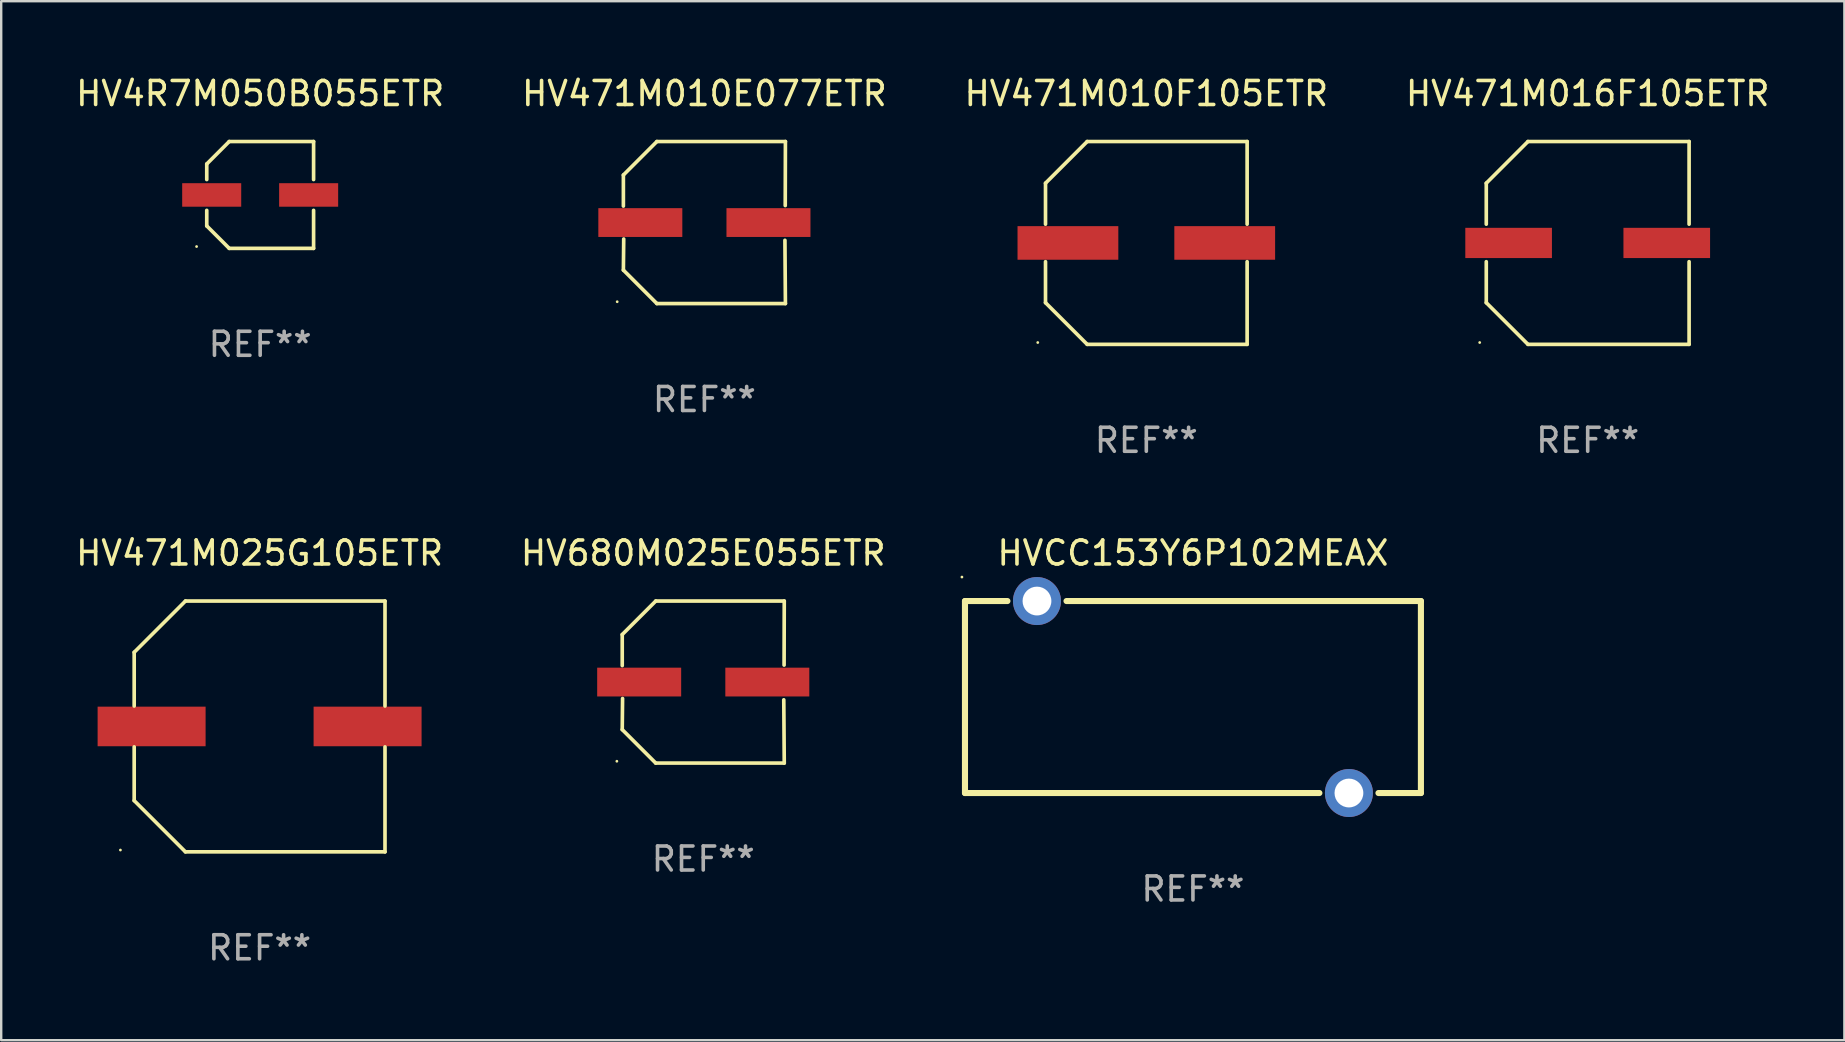
<source format=kicad_pcb>
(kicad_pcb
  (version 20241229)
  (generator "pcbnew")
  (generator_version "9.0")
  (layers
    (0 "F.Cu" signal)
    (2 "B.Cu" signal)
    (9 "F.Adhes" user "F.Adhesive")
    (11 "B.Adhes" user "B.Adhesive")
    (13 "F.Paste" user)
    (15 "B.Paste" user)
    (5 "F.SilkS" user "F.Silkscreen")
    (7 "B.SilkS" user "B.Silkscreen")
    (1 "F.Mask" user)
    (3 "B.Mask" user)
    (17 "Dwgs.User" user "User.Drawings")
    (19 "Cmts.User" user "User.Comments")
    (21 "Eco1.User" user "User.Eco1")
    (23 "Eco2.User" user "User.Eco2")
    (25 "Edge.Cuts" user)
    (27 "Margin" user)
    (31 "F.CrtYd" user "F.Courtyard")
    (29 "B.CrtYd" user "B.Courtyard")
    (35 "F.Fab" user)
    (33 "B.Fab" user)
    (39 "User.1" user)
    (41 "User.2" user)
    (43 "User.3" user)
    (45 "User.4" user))
  (footprint "HV471M025G105ETR"
    (layer "F.Cu")
    (at 7.768 27.223)
    (property "Reference" "HV471M025G105ETR" (at 0 -7.226 0) (layer "F.SilkS") (effects (font (size 1 1) (thickness 0.15))))
    (attr through_hole)
    (fp_line (start -5.226 -3.09) (end -5.226 -0.852) (stroke (width 0.152) (type solid)) (layer "F.SilkS"))
    (fp_line (start -5.226 3.09) (end -5.226 0.852) (stroke (width 0.152) (type solid)) (layer "F.SilkS"))
    (fp_line (start -3.09 -5.226) (end -5.226 -3.09) (stroke (width 0.152) (type solid)) (layer "F.SilkS"))
    (fp_line (start -3.09 5.226) (end -5.226 3.09) (stroke (width 0.152) (type solid)) (layer "F.SilkS"))
    (fp_line (start 5.226 -5.226) (end -3.09 -5.226) (stroke (width 0.152) (type solid)) (layer "F.SilkS"))
    (fp_line (start 5.226 -0.852) (end 5.226 -5.226) (stroke (width 0.152) (type solid)) (layer "F.SilkS"))
    (fp_line (start 5.226 0.852) (end 5.226 5.226) (stroke (width 0.152) (type solid)) (layer "F.SilkS"))
    (fp_line (start 5.226 5.226) (end -3.09 5.226) (stroke (width 0.152) (type solid)) (layer "F.SilkS"))
    (fp_circle (center -5.8 5.15) (end -5.77 5.15) (stroke (width 0.06) (type solid)) (fill no) (layer "F.SilkS"))
    (fp_text user "REF**" (at 0 9.226 0) (layer "F.Fab") (effects (font (size 1 1) (thickness 0.15))))
    (pad "1" smd rect (at -4.5 0) (size 4.5 1.65) (layers "F.Cu" "F.Mask" "F.Paste"))
    (pad "2" smd rect (at 4.5 0) (size 4.5 1.65) (layers "F.Cu" "F.Mask" "F.Paste")))
  (footprint "HV471M010F105ETR"
    (layer "F.Cu")
    (at 44.72 7.074)
    (property "Reference" "HV471M010F105ETR" (at 0 -6.226 0) (layer "F.SilkS") (effects (font (size 1 1) (thickness 0.15))))
    (attr through_hole)
    (fp_line (start -4.201 -2.49) (end -4.201 -0.782) (stroke (width 0.152) (type solid)) (layer "F.SilkS"))
    (fp_line (start -4.201 2.49) (end -4.201 0.782) (stroke (width 0.152) (type solid)) (layer "F.SilkS"))
    (fp_line (start -2.465 -4.226) (end -4.201 -2.49) (stroke (width 0.152) (type solid)) (layer "F.SilkS"))
    (fp_line (start -2.465 4.226) (end -4.201 2.49) (stroke (width 0.152) (type solid)) (layer "F.SilkS"))
    (fp_line (start 4.201 -4.226) (end -2.465 -4.226) (stroke (width 0.152) (type solid)) (layer "F.SilkS"))
    (fp_line (start 4.201 -0.782) (end 4.201 -4.226) (stroke (width 0.152) (type solid)) (layer "F.SilkS"))
    (fp_line (start 4.201 0.782) (end 4.201 4.226) (stroke (width 0.152) (type solid)) (layer "F.SilkS"))
    (fp_line (start 4.201 4.226) (end -2.465 4.226) (stroke (width 0.152) (type solid)) (layer "F.SilkS"))
    (fp_circle (center -4.524 4.15) (end -4.494 4.15) (stroke (width 0.06) (type solid)) (fill no) (layer "F.SilkS"))
    (fp_text user "REF**" (at 0 8.226 0) (layer "F.Fab") (effects (font (size 1 1) (thickness 0.15))))
    (pad "1" smd rect (at -3.267 0) (size 4.2 1.4) (layers "F.Cu" "F.Mask" "F.Paste"))
    (pad "2" smd rect (at 3.267 0) (size 4.2 1.4) (layers "F.Cu" "F.Mask" "F.Paste")))
  (footprint "HVCC153Y6P102MEAX"
    (layer "F.Cu")
    (at 46.663 25.997)
    (property "Reference" "HVCC153Y6P102MEAX" (at 0 -6 0) (layer "F.SilkS") (effects (font (size 1 1) (thickness 0.15))))
    (attr through_hole)
    (fp_line (start -9.5 -4) (end -7.731 -4) (stroke (width 0.254) (type solid)) (layer "F.SilkS"))
    (fp_line (start -9.5 4) (end -9.5 -4) (stroke (width 0.254) (type solid)) (layer "F.SilkS"))
    (fp_line (start -5.269 -4) (end 9.5 -4) (stroke (width 0.254) (type solid)) (layer "F.SilkS"))
    (fp_line (start 5.269 4) (end -9.5 4) (stroke (width 0.254) (type solid)) (layer "F.SilkS"))
    (fp_line (start 9.5 -4) (end 9.5 4) (stroke (width 0.254) (type solid)) (layer "F.SilkS"))
    (fp_line (start 9.5 4) (end 7.731 4) (stroke (width 0.254) (type solid)) (layer "F.SilkS"))
    (fp_circle (center -9.627 -5) (end -9.597 -5) (stroke (width 0.06) (type solid)) (fill no) (layer "F.SilkS"))
    (fp_text user "REF**" (at 0 8 0) (layer "F.Fab") (effects (font (size 1 1) (thickness 0.15))))
    (pad "1" thru_hole circle (at -6.5 -4) (size 2 2) (drill 1.2) (layers "*.Cu" "*.Mask"))
    (pad "2" thru_hole circle (at 6.5 4) (size 2 2) (drill 1.2) (layers "*.Cu" "*.Mask")))
  (footprint "HV680M025E055ETR"
    (layer "F.Cu")
    (at 26.256 25.373)
    (property "Reference" "HV680M025E055ETR" (at 0 -5.376 0) (layer "F.SilkS") (effects (font (size 1 1) (thickness 0.15))))
    (attr through_hole)
    (fp_line (start -3.376 -1.98) (end -3.376 -0.686) (stroke (width 0.152) (type solid)) (layer "F.SilkS"))
    (fp_line (start -3.376 1.981) (end -3.362 0.686) (stroke (width 0.152) (type solid)) (layer "F.SilkS"))
    (fp_line (start -1.981 3.376) (end -3.376 1.981) (stroke (width 0.152) (type solid)) (layer "F.SilkS"))
    (fp_line (start -1.98 -3.376) (end -3.376 -1.98) (stroke (width 0.152) (type solid)) (layer "F.SilkS"))
    (fp_line (start 3.356 0.74) (end 3.376 3.376) (stroke (width 0.152) (type solid)) (layer "F.SilkS"))
    (fp_line (start 3.369 -0.707) (end 3.376 -3.376) (stroke (width 0.152) (type solid)) (layer "F.SilkS"))
    (fp_line (start 3.376 3.376) (end -1.981 3.376) (stroke (width 0.152) (type solid)) (layer "F.SilkS"))
    (fp_line (start 3.376 -3.376) (end -1.98 -3.376) (stroke (width 0.152) (type solid)) (layer "F.SilkS"))
    (fp_circle (center -3.6 3.3) (end -3.57 3.3) (stroke (width 0.06) (type solid)) (fill no) (layer "F.SilkS"))
    (fp_text user "REF**" (at 0 7.376 0) (layer "F.Fab") (effects (font (size 1 1) (thickness 0.15))))
    (pad "1" smd rect (at -2.67 0.000381) (size 3.5 1.2) (layers "F.Cu" "F.Mask" "F.Paste"))
    (pad "2" smd rect (at 2.67 0.000381) (size 3.5 1.2) (layers "F.Cu" "F.Mask" "F.Paste")))
  (footprint "HV471M016F105ETR"
    (layer "F.Cu")
    (at 63.113 7.074)
    (property "Reference" "HV471M016F105ETR" (at 0 -6.226 0) (layer "F.SilkS") (effects (font (size 1 1) (thickness 0.15))))
    (attr through_hole)
    (fp_line (start -4.226 -2.49) (end -4.226 -0.782) (stroke (width 0.152) (type solid)) (layer "F.SilkS"))
    (fp_line (start -4.226 2.49) (end -4.226 0.782) (stroke (width 0.152) (type solid)) (layer "F.SilkS"))
    (fp_line (start -2.49 -4.226) (end -4.226 -2.49) (stroke (width 0.152) (type solid)) (layer "F.SilkS"))
    (fp_line (start -2.49 4.226) (end -4.226 2.49) (stroke (width 0.152) (type solid)) (layer "F.SilkS"))
    (fp_line (start 4.226 -4.226) (end -2.49 -4.226) (stroke (width 0.152) (type solid)) (layer "F.SilkS"))
    (fp_line (start 4.226 -0.782) (end 4.226 -4.226) (stroke (width 0.152) (type solid)) (layer "F.SilkS"))
    (fp_line (start 4.226 0.782) (end 4.226 4.226) (stroke (width 0.152) (type solid)) (layer "F.SilkS"))
    (fp_line (start 4.226 4.226) (end -2.49 4.226) (stroke (width 0.152) (type solid)) (layer "F.SilkS"))
    (fp_circle (center -4.5 4.15) (end -4.47 4.15) (stroke (width 0.06) (type solid)) (fill no) (layer "F.SilkS"))
    (fp_text user "REF**" (at 0 8.226 0) (layer "F.Fab") (effects (font (size 1 1) (thickness 0.15))))
    (pad "1" smd rect (at -3.295 -0.000076 180) (size 3.61 1.26) (layers "F.Cu" "F.Mask" "F.Paste"))
    (pad "2" smd rect (at 3.295 -0.000076 180) (size 3.61 1.26) (layers "F.Cu" "F.Mask" "F.Paste")))
  (footprint "HV4R7M050B055ETR"
    (layer "F.Cu")
    (at 7.792 5.074)
    (property "Reference" "HV4R7M050B055ETR" (at 0 -4.226 0) (layer "F.SilkS") (effects (font (size 1 1) (thickness 0.15))))
    (attr through_hole)
    (fp_line (start -2.226 -1.29) (end -1.29 -2.226) (stroke (width 0.152) (type solid)) (layer "F.SilkS"))
    (fp_line (start -2.226 -0.642) (end -2.226 -1.29) (stroke (width 0.152) (type solid)) (layer "F.SilkS"))
    (fp_line (start -2.226 0.642) (end -2.226 1.29) (stroke (width 0.152) (type solid)) (layer "F.SilkS"))
    (fp_line (start -2.226 1.29) (end -1.29 2.226) (stroke (width 0.152) (type solid)) (layer "F.SilkS"))
    (fp_line (start -1.29 -2.226) (end 2.226 -2.226) (stroke (width 0.152) (type solid)) (layer "F.SilkS"))
    (fp_line (start -1.29 2.226) (end 2.226 2.226) (stroke (width 0.152) (type solid)) (layer "F.SilkS"))
    (fp_line (start 2.226 -2.226) (end 2.226 -0.642) (stroke (width 0.152) (type solid)) (layer "F.SilkS"))
    (fp_line (start 2.226 2.226) (end 2.226 0.642) (stroke (width 0.152) (type solid)) (layer "F.SilkS"))
    (fp_circle (center -2.65 2.15) (end -2.62 2.15) (stroke (width 0.06) (type solid)) (fill no) (layer "F.SilkS"))
    (fp_text user "REF**" (at 0 6.226 0) (layer "F.Fab") (effects (font (size 1 1) (thickness 0.15))))
    (pad "1" smd rect (at -2.02 -0.000013) (size 2.46 0.98) (layers "F.Cu" "F.Mask" "F.Paste"))
    (pad "2" smd rect (at 2.02 -0.000013) (size 2.46 0.98) (layers "F.Cu" "F.Mask" "F.Paste")))
  (footprint "HV471M010E077ETR"
    (layer "F.Cu")
    (at 26.304 6.224)
    (property "Reference" "HV471M010E077ETR" (at 0 -5.376 0) (layer "F.SilkS") (effects (font (size 1 1) (thickness 0.15))))
    (attr through_hole)
    (fp_line (start -3.376 -1.98) (end -3.376 -0.686) (stroke (width 0.152) (type solid)) (layer "F.SilkS"))
    (fp_line (start -3.376 1.981) (end -3.362 0.686) (stroke (width 0.152) (type solid)) (layer "F.SilkS"))
    (fp_line (start -1.981 3.376) (end -3.376 1.981) (stroke (width 0.152) (type solid)) (layer "F.SilkS"))
    (fp_line (start -1.98 -3.376) (end -3.376 -1.98) (stroke (width 0.152) (type solid)) (layer "F.SilkS"))
    (fp_line (start 3.356 0.74) (end 3.376 3.376) (stroke (width 0.152) (type solid)) (layer "F.SilkS"))
    (fp_line (start 3.369 -0.707) (end 3.376 -3.376) (stroke (width 0.152) (type solid)) (layer "F.SilkS"))
    (fp_line (start 3.376 3.376) (end -1.981 3.376) (stroke (width 0.152) (type solid)) (layer "F.SilkS"))
    (fp_line (start 3.376 -3.376) (end -1.98 -3.376) (stroke (width 0.152) (type solid)) (layer "F.SilkS"))
    (fp_circle (center -3.634 3.3) (end -3.604 3.3) (stroke (width 0.06) (type solid)) (fill no) (layer "F.SilkS"))
    (fp_text user "REF**" (at 0 7.376 0) (layer "F.Fab") (effects (font (size 1 1) (thickness 0.15))))
    (pad "1" smd rect (at -2.67 0.000254) (size 3.5 1.2) (layers "F.Cu" "F.Mask" "F.Paste"))
    (pad "2" smd rect (at 2.67 0.000254) (size 3.5 1.2) (layers "F.Cu" "F.Mask" "F.Paste")))
  (gr_rect
    (start -3 -3)
    (end 73.81 40.298)
    (stroke (width 0.1) (type default))
    (fill no)
    (layer "Edge.Cuts")))
</source>
